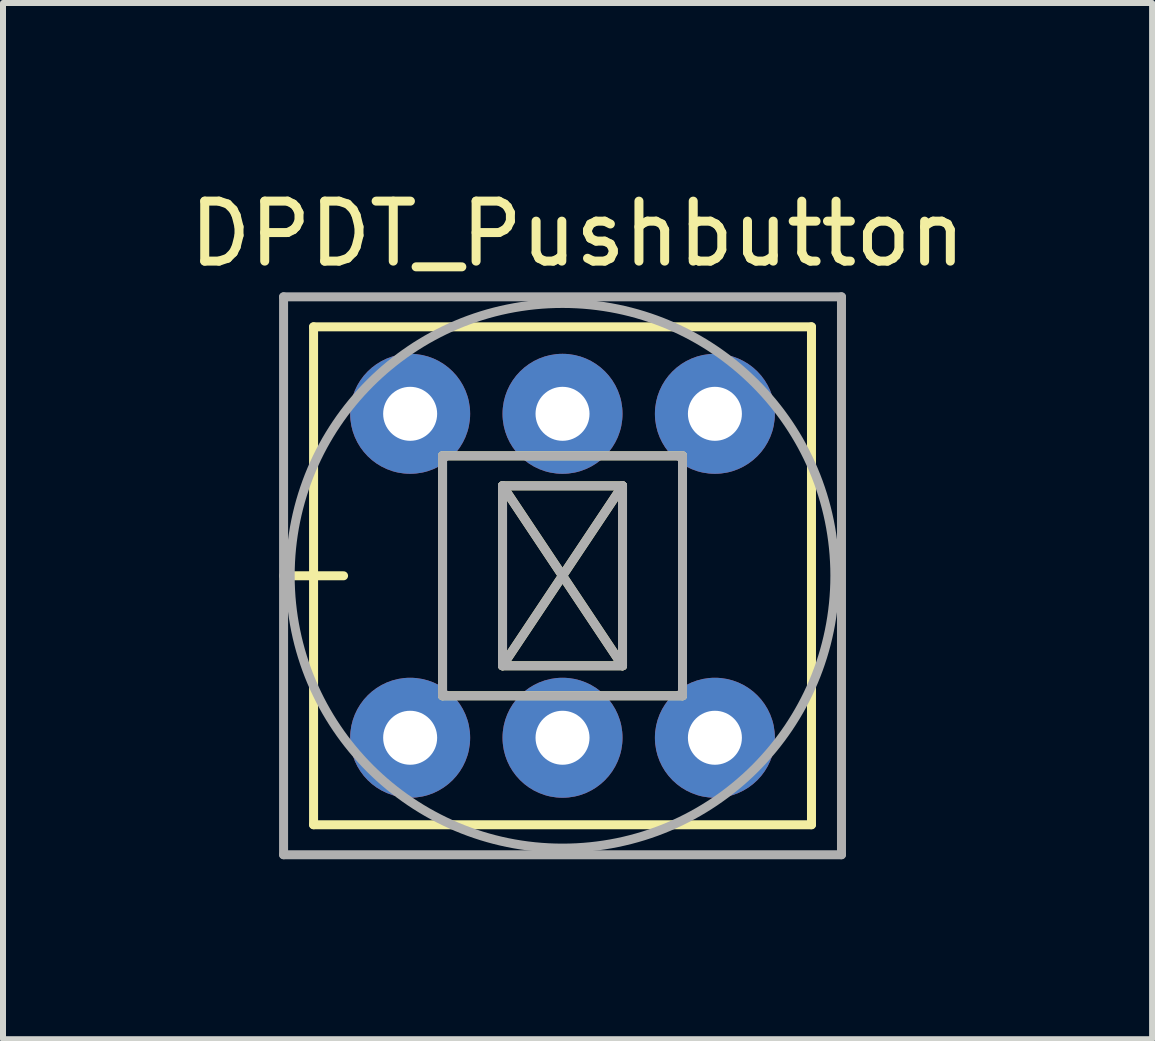
<source format=kicad_pcb>
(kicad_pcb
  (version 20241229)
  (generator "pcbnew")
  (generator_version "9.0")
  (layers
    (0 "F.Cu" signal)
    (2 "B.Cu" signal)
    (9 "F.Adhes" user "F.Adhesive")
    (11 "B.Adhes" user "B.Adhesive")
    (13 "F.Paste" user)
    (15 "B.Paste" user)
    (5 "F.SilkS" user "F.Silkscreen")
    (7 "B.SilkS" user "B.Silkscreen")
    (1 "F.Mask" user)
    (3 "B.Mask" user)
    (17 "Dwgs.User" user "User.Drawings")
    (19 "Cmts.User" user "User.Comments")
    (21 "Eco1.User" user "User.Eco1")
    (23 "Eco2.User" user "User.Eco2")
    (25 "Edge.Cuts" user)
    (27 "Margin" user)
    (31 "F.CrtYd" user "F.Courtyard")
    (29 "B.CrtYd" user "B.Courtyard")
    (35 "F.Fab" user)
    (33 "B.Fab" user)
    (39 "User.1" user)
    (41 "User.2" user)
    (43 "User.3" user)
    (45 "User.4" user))
  (footprint "DPDT_Pushbutton"
    (layer "F.Cu")
    (at 6.327 6.548)
    (property "Reference" "DPDT_Pushbutton" (at 0.25 -5.7 0) (layer "F.SilkS") (effects (font (size 1 1) (thickness 0.15))))
    (attr through_hole)
    (fp_line (start -4.65 0) (end -3.65 0) (stroke (width 0.15) (type solid)) (layer "F.SilkS"))
    (fp_line (start -4.15 -4.15) (end 4.15 -4.15) (stroke (width 0.15) (type solid)) (layer "F.SilkS"))
    (fp_line (start -4.15 4.15) (end -4.15 -4.15) (stroke (width 0.15) (type solid)) (layer "F.SilkS"))
    (fp_line (start -2 -2) (end 2 -2) (stroke (width 0.15) (type solid)) (layer "F.SilkS"))
    (fp_line (start -2 2) (end -2 -2) (stroke (width 0.15) (type solid)) (layer "F.SilkS"))
    (fp_line (start -1 -1.5) (end 1 -1.5) (stroke (width 0.15) (type solid)) (layer "F.SilkS"))
    (fp_line (start -1 -1.5) (end 1 1.5) (stroke (width 0.15) (type solid)) (layer "F.SilkS"))
    (fp_line (start -1 1.5) (end -1 -1.5) (stroke (width 0.15) (type solid)) (layer "F.SilkS"))
    (fp_line (start 1 -1.5) (end -1 1.5) (stroke (width 0.15) (type solid)) (layer "F.SilkS"))
    (fp_line (start 1 -1.5) (end 1 1.5) (stroke (width 0.15) (type solid)) (layer "F.SilkS"))
    (fp_line (start 1 1.5) (end -1 1.5) (stroke (width 0.15) (type solid)) (layer "F.SilkS"))
    (fp_line (start 2 -2) (end 2 2) (stroke (width 0.15) (type solid)) (layer "F.SilkS"))
    (fp_line (start 2 2) (end -2 2) (stroke (width 0.15) (type solid)) (layer "F.SilkS"))
    (fp_line (start 4.15 -4.15) (end 4.15 4.15) (stroke (width 0.15) (type solid)) (layer "F.SilkS"))
    (fp_line (start 4.15 4.15) (end -4.15 4.15) (stroke (width 0.15) (type solid)) (layer "F.SilkS"))
    (fp_line (start -4.65 -4.65) (end 4.65 -4.65) (stroke (width 0.15) (type solid)) (layer "F.Fab"))
    (fp_line (start -4.65 4.65) (end -4.65 -4.65) (stroke (width 0.15) (type solid)) (layer "F.Fab"))
    (fp_line (start -2 -2) (end 2 -2) (stroke (width 0.15) (type solid)) (layer "F.Fab"))
    (fp_line (start -2 2) (end -2 -2) (stroke (width 0.15) (type solid)) (layer "F.Fab"))
    (fp_line (start -1 -1.5) (end 1 -1.5) (stroke (width 0.15) (type solid)) (layer "F.Fab"))
    (fp_line (start -1 -1.5) (end 1 1.5) (stroke (width 0.15) (type solid)) (layer "F.Fab"))
    (fp_line (start -1 1.5) (end -1 -1.5) (stroke (width 0.15) (type solid)) (layer "F.Fab"))
    (fp_line (start 1 -1.5) (end -1 1.5) (stroke (width 0.15) (type solid)) (layer "F.Fab"))
    (fp_line (start 1 -1.5) (end 1 1.5) (stroke (width 0.15) (type solid)) (layer "F.Fab"))
    (fp_line (start 1 1.5) (end -1 1.5) (stroke (width 0.15) (type solid)) (layer "F.Fab"))
    (fp_line (start 2 -2) (end 2 2) (stroke (width 0.15) (type solid)) (layer "F.Fab"))
    (fp_line (start 2 2) (end -2 2) (stroke (width 0.15) (type solid)) (layer "F.Fab"))
    (fp_line (start 4.65 -4.65) (end 4.65 4.65) (stroke (width 0.15) (type solid)) (layer "F.Fab"))
    (fp_line (start 4.65 4.65) (end -4.65 4.65) (stroke (width 0.15) (type solid)) (layer "F.Fab"))
    (fp_circle (center 0 0) (end 4.5 0.6) (stroke (width 0.15) (type solid)) (fill no) (layer "F.Fab"))
    (pad "1" thru_hole circle (at -2.54 2.7) (size 2 2) (drill 0.9) (layers "*.Cu" "*.Mask"))
    (pad "2" thru_hole circle (at 0 2.7) (size 2 2) (drill 0.9) (layers "*.Cu" "*.Mask"))
    (pad "3" thru_hole circle (at 2.54 2.7) (size 2 2) (drill 0.9) (layers "*.Cu" "*.Mask"))
    (pad "4" thru_hole circle (at -2.54 -2.7) (size 2 2) (drill 0.9) (layers "*.Cu" "*.Mask"))
    (pad "5" thru_hole circle (at 0 -2.7) (size 2 2) (drill 0.9) (layers "*.Cu" "*.Mask"))
    (pad "6" thru_hole circle (at 2.54 -2.7) (size 2 2) (drill 0.9) (layers "*.Cu" "*.Mask")))
  (gr_rect
    (start -3 -3)
    (end 16.155 14.273)
    (stroke (width 0.1) (type default))
    (fill no)
    (layer "Edge.Cuts")))
</source>
